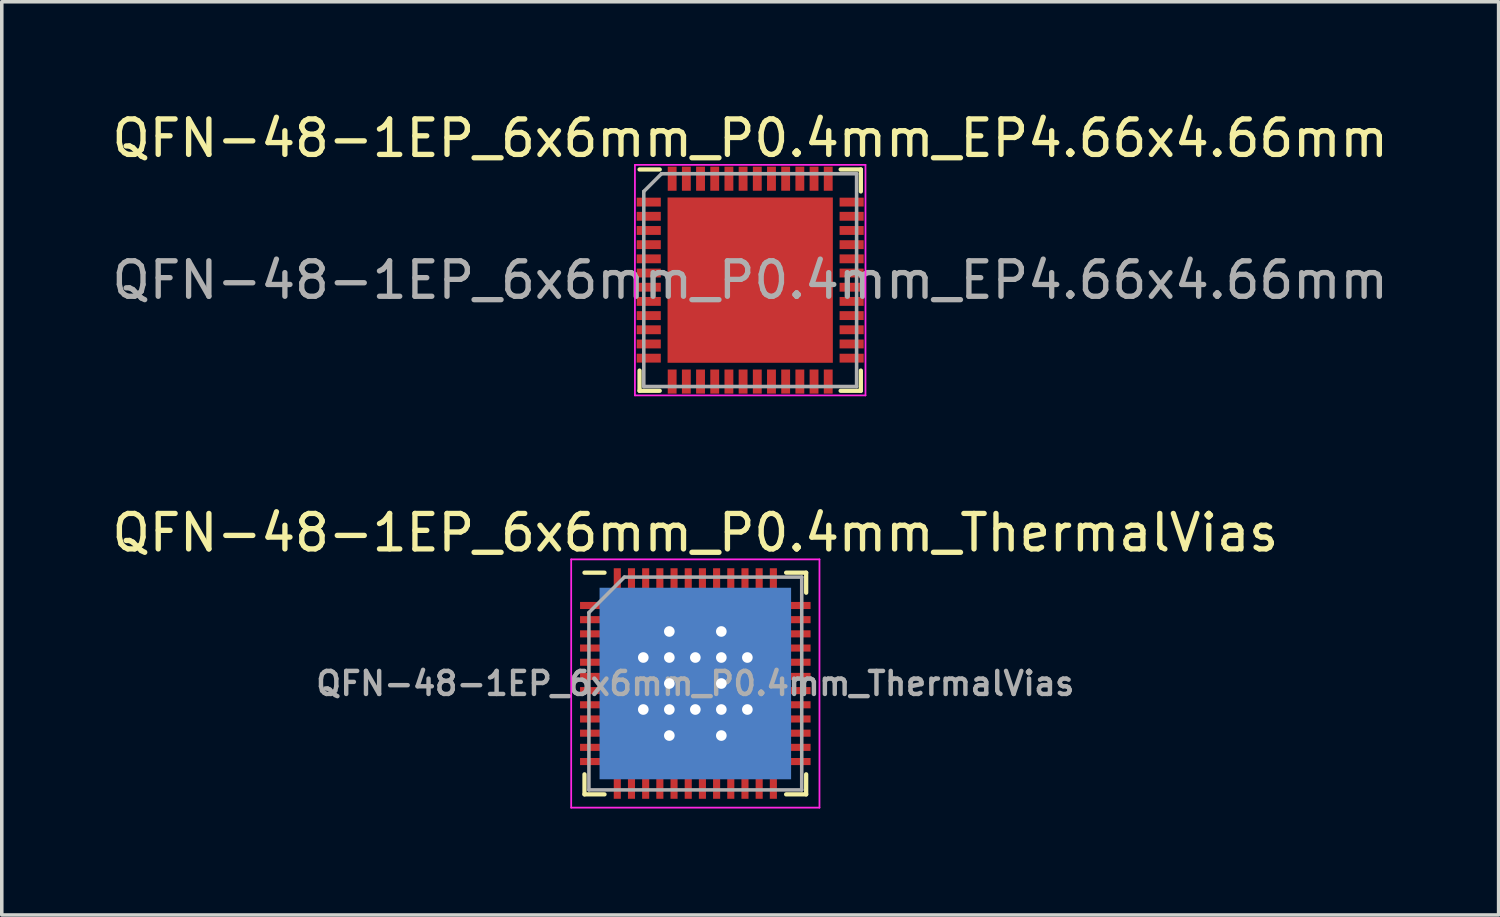
<source format=kicad_pcb>
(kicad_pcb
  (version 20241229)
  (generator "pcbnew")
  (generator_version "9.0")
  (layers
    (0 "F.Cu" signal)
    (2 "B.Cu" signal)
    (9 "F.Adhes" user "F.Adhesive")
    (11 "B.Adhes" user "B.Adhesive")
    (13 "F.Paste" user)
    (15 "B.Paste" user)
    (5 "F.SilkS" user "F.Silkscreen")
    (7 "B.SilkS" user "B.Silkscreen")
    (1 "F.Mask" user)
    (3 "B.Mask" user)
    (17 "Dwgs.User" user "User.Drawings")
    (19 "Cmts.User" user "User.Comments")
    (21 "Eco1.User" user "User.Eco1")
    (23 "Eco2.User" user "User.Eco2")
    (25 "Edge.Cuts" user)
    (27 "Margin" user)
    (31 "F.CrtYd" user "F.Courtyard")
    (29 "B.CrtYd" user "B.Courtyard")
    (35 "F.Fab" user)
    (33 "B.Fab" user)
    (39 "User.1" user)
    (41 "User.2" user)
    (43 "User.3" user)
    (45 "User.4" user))
  (footprint "QFN-48-1EP_6x6mm_P0.4mm_ThermalVias"
    (layer "F.Cu")
    (at 16.554 16.221)
    (property "Reference" "QFN-48-1EP_6x6mm_P0.4mm_ThermalVias" (at 0 -4.25 0) (layer "F.SilkS") (effects (font (size 1 1) (thickness 0.15))))
    (attr smd)
    (fp_line (start -3.125 -3.125) (end -2.56 -3.125) (stroke (width 0.12) (type solid)) (layer "F.SilkS"))
    (fp_line (start -3.125 3.125) (end -3.125 2.56) (stroke (width 0.12) (type solid)) (layer "F.SilkS"))
    (fp_line (start -2.56 3.125) (end -3.125 3.125) (stroke (width 0.12) (type solid)) (layer "F.SilkS"))
    (fp_line (start 2.56 -3.125) (end 3.125 -3.125) (stroke (width 0.12) (type solid)) (layer "F.SilkS"))
    (fp_line (start 2.56 3.125) (end 3.125 3.125) (stroke (width 0.12) (type solid)) (layer "F.SilkS"))
    (fp_line (start 3.125 -3.125) (end 3.125 -2.56) (stroke (width 0.12) (type solid)) (layer "F.SilkS"))
    (fp_line (start 3.125 3.125) (end 3.125 2.56) (stroke (width 0.12) (type solid)) (layer "F.SilkS"))
    (fp_line (start -3.5 -3.5) (end -3.5 3.5) (stroke (width 0.05) (type solid)) (layer "F.CrtYd"))
    (fp_line (start -3.5 3.5) (end 3.5 3.5) (stroke (width 0.05) (type solid)) (layer "F.CrtYd"))
    (fp_line (start 3.5 -3.5) (end -3.5 -3.5) (stroke (width 0.05) (type solid)) (layer "F.CrtYd"))
    (fp_line (start 3.5 3.5) (end 3.5 -3.5) (stroke (width 0.05) (type solid)) (layer "F.CrtYd"))
    (fp_line (start -3 -2) (end -2 -3) (stroke (width 0.1) (type solid)) (layer "F.Fab"))
    (fp_line (start -3 3) (end -3 -2) (stroke (width 0.1) (type solid)) (layer "F.Fab"))
    (fp_line (start -2 -3) (end 3 -3) (stroke (width 0.1) (type solid)) (layer "F.Fab"))
    (fp_line (start 3 -3) (end 3 3) (stroke (width 0.1) (type solid)) (layer "F.Fab"))
    (fp_line (start 3 3) (end -3 3) (stroke (width 0.1) (type solid)) (layer "F.Fab"))
    (fp_text user "${REFERENCE}" (at 0 0 0) (layer "F.Fab") (effects (font (size 0.65 0.65) (thickness 0.125))))
    (pad "" smd rect (at -1.467 -1.467) (size 0.88 0.88) (layers "F.Paste"))
    (pad "" smd rect (at -1.467 0) (size 0.88 0.88) (layers "F.Paste"))
    (pad "" smd rect (at -1.467 1.467) (size 0.88 0.88) (layers "F.Paste"))
    (pad "" smd rect (at 0 -1.467) (size 0.88 0.88) (layers "F.Paste"))
    (pad "" smd rect (at 0 0) (size 0.88 0.88) (layers "F.Paste"))
    (pad "" smd rect (at 0 1.467) (size 0.88 0.88) (layers "F.Paste"))
    (pad "" smd rect (at 1.467 -1.467) (size 0.88 0.88) (layers "F.Paste"))
    (pad "" smd rect (at 1.467 0) (size 0.88 0.88) (layers "F.Paste"))
    (pad "" smd rect (at 1.467 1.467) (size 0.88 0.88) (layers "F.Paste"))
    (pad "1" smd rect (at -2.925 -2.2) (size 0.65 0.2) (layers "F.Cu" "F.Mask" "F.Paste"))
    (pad "2" smd rect (at -2.925 -1.8) (size 0.65 0.2) (layers "F.Cu" "F.Mask" "F.Paste"))
    (pad "3" smd rect (at -2.925 -1.4) (size 0.65 0.2) (layers "F.Cu" "F.Mask" "F.Paste"))
    (pad "4" smd rect (at -2.925 -1) (size 0.65 0.2) (layers "F.Cu" "F.Mask" "F.Paste"))
    (pad "5" smd rect (at -2.925 -0.6) (size 0.65 0.2) (layers "F.Cu" "F.Mask" "F.Paste"))
    (pad "6" smd rect (at -2.925 -0.2) (size 0.65 0.2) (layers "F.Cu" "F.Mask" "F.Paste"))
    (pad "7" smd rect (at -2.925 0.2) (size 0.65 0.2) (layers "F.Cu" "F.Mask" "F.Paste"))
    (pad "8" smd rect (at -2.925 0.6) (size 0.65 0.2) (layers "F.Cu" "F.Mask" "F.Paste"))
    (pad "9" smd rect (at -2.925 1) (size 0.65 0.2) (layers "F.Cu" "F.Mask" "F.Paste"))
    (pad "10" smd rect (at -2.925 1.4) (size 0.65 0.2) (layers "F.Cu" "F.Mask" "F.Paste"))
    (pad "11" smd rect (at -2.925 1.8) (size 0.65 0.2) (layers "F.Cu" "F.Mask" "F.Paste"))
    (pad "12" smd rect (at -2.925 2.2) (size 0.65 0.2) (layers "F.Cu" "F.Mask" "F.Paste"))
    (pad "13" smd rect (at -2.2 2.925 90) (size 0.65 0.2) (layers "F.Cu" "F.Mask" "F.Paste"))
    (pad "14" smd rect (at -1.8 2.925 90) (size 0.65 0.2) (layers "F.Cu" "F.Mask" "F.Paste"))
    (pad "15" smd rect (at -1.4 2.925 90) (size 0.65 0.2) (layers "F.Cu" "F.Mask" "F.Paste"))
    (pad "16" smd rect (at -1 2.925 90) (size 0.65 0.2) (layers "F.Cu" "F.Mask" "F.Paste"))
    (pad "17" smd rect (at -0.6 2.925 90) (size 0.65 0.2) (layers "F.Cu" "F.Mask" "F.Paste"))
    (pad "18" smd rect (at -0.2 2.925 90) (size 0.65 0.2) (layers "F.Cu" "F.Mask" "F.Paste"))
    (pad "19" smd rect (at 0.2 2.925 90) (size 0.65 0.2) (layers "F.Cu" "F.Mask" "F.Paste"))
    (pad "20" smd rect (at 0.6 2.925 90) (size 0.65 0.2) (layers "F.Cu" "F.Mask" "F.Paste"))
    (pad "21" smd rect (at 1 2.925 90) (size 0.65 0.2) (layers "F.Cu" "F.Mask" "F.Paste"))
    (pad "22" smd rect (at 1.4 2.925 90) (size 0.65 0.2) (layers "F.Cu" "F.Mask" "F.Paste"))
    (pad "23" smd rect (at 1.8 2.925 90) (size 0.65 0.2) (layers "F.Cu" "F.Mask" "F.Paste"))
    (pad "24" smd rect (at 2.2 2.925 90) (size 0.65 0.2) (layers "F.Cu" "F.Mask" "F.Paste"))
    (pad "25" smd rect (at 2.925 2.2) (size 0.65 0.2) (layers "F.Cu" "F.Mask" "F.Paste"))
    (pad "26" smd rect (at 2.925 1.8) (size 0.65 0.2) (layers "F.Cu" "F.Mask" "F.Paste"))
    (pad "27" smd rect (at 2.925 1.4) (size 0.65 0.2) (layers "F.Cu" "F.Mask" "F.Paste"))
    (pad "28" smd rect (at 2.925 1) (size 0.65 0.2) (layers "F.Cu" "F.Mask" "F.Paste"))
    (pad "29" smd rect (at 2.925 0.6) (size 0.65 0.2) (layers "F.Cu" "F.Mask" "F.Paste"))
    (pad "30" smd rect (at 2.925 0.2) (size 0.65 0.2) (layers "F.Cu" "F.Mask" "F.Paste"))
    (pad "31" smd rect (at 2.925 -0.2) (size 0.65 0.2) (layers "F.Cu" "F.Mask" "F.Paste"))
    (pad "32" smd rect (at 2.925 -0.6) (size 0.65 0.2) (layers "F.Cu" "F.Mask" "F.Paste"))
    (pad "33" smd rect (at 2.925 -1) (size 0.65 0.2) (layers "F.Cu" "F.Mask" "F.Paste"))
    (pad "34" smd rect (at 2.925 -1.4) (size 0.65 0.2) (layers "F.Cu" "F.Mask" "F.Paste"))
    (pad "35" smd rect (at 2.925 -1.8) (size 0.65 0.2) (layers "F.Cu" "F.Mask" "F.Paste"))
    (pad "36" smd rect (at 2.925 -2.2) (size 0.65 0.2) (layers "F.Cu" "F.Mask" "F.Paste"))
    (pad "37" smd rect (at 2.2 -2.925 90) (size 0.65 0.2) (layers "F.Cu" "F.Mask" "F.Paste"))
    (pad "38" smd rect (at 1.8 -2.925 90) (size 0.65 0.2) (layers "F.Cu" "F.Mask" "F.Paste"))
    (pad "39" smd rect (at 1.4 -2.925 90) (size 0.65 0.2) (layers "F.Cu" "F.Mask" "F.Paste"))
    (pad "40" smd rect (at 1 -2.925 90) (size 0.65 0.2) (layers "F.Cu" "F.Mask" "F.Paste"))
    (pad "41" smd rect (at 0.6 -2.925 90) (size 0.65 0.2) (layers "F.Cu" "F.Mask" "F.Paste"))
    (pad "42" smd rect (at 0.2 -2.925 90) (size 0.65 0.2) (layers "F.Cu" "F.Mask" "F.Paste"))
    (pad "43" smd rect (at -0.2 -2.925 90) (size 0.65 0.2) (layers "F.Cu" "F.Mask" "F.Paste"))
    (pad "44" smd rect (at -0.6 -2.925 90) (size 0.65 0.2) (layers "F.Cu" "F.Mask" "F.Paste"))
    (pad "45" smd rect (at -1 -2.925 90) (size 0.65 0.2) (layers "F.Cu" "F.Mask" "F.Paste"))
    (pad "46" smd rect (at -1.4 -2.925 90) (size 0.65 0.2) (layers "F.Cu" "F.Mask" "F.Paste"))
    (pad "47" smd rect (at -1.8 -2.925 90) (size 0.65 0.2) (layers "F.Cu" "F.Mask" "F.Paste"))
    (pad "48" smd rect (at -2.2 -2.925 90) (size 0.65 0.2) (layers "F.Cu" "F.Mask" "F.Paste"))
    (pad "49" thru_hole circle (at -1.467 -0.733) (size 0.6 0.6) (drill 0.3) (layers "*.Cu"))
    (pad "49" thru_hole circle (at -1.467 0.733) (size 0.6 0.6) (drill 0.3) (layers "*.Cu"))
    (pad "49" thru_hole circle (at -0.733 -1.467) (size 0.6 0.6) (drill 0.3) (layers "*.Cu"))
    (pad "49" thru_hole circle (at -0.733 -0.733) (size 0.6 0.6) (drill 0.3) (layers "*.Cu"))
    (pad "49" thru_hole circle (at -0.733 0) (size 0.6 0.6) (drill 0.3) (layers "*.Cu"))
    (pad "49" thru_hole circle (at -0.733 0.733) (size 0.6 0.6) (drill 0.3) (layers "*.Cu"))
    (pad "49" thru_hole circle (at -0.733 1.467) (size 0.6 0.6) (drill 0.3) (layers "*.Cu"))
    (pad "49" thru_hole circle (at 0 -0.733) (size 0.6 0.6) (drill 0.3) (layers "*.Cu"))
    (pad "49" smd rect (at 0 0) (size 4.4 4.4) (layers "F.Cu" "F.Mask"))
    (pad "49" smd rect (at 0 0) (size 5.4 5.4) (layers "B.Cu"))
    (pad "49" thru_hole circle (at 0 0.733) (size 0.6 0.6) (drill 0.3) (layers "*.Cu"))
    (pad "49" thru_hole circle (at 0.733 -1.467) (size 0.6 0.6) (drill 0.3) (layers "*.Cu"))
    (pad "49" thru_hole circle (at 0.733 -0.733) (size 0.6 0.6) (drill 0.3) (layers "*.Cu"))
    (pad "49" thru_hole circle (at 0.733 0) (size 0.6 0.6) (drill 0.3) (layers "*.Cu"))
    (pad "49" thru_hole circle (at 0.733 0.733) (size 0.6 0.6) (drill 0.3) (layers "*.Cu"))
    (pad "49" thru_hole circle (at 0.733 1.467) (size 0.6 0.6) (drill 0.3) (layers "*.Cu"))
    (pad "49" thru_hole circle (at 1.467 -0.733) (size 0.6 0.6) (drill 0.3) (layers "*.Cu"))
    (pad "49" thru_hole circle (at 1.467 0.733) (size 0.6 0.6) (drill 0.3) (layers "*.Cu")))
  (footprint "QFN-48-1EP_6x6mm_P0.4mm_EP4.66x4.66mm"
    (layer "F.Cu")
    (at 18.101 4.848)
    (property "Reference" "QFN-48-1EP_6x6mm_P0.4mm_EP4.66x4.66mm" (at 0 -4 0) (layer "F.SilkS") (effects (font (size 1 1) (thickness 0.15))))
    (attr smd)
    (fp_line (start -3.12 -3.12) (end -2.55 -3.12) (stroke (width 0.12) (type solid)) (layer "F.SilkS"))
    (fp_line (start -3.12 3.12) (end -3.12 2.55) (stroke (width 0.12) (type solid)) (layer "F.SilkS"))
    (fp_line (start -2.55 3.12) (end -3.12 3.12) (stroke (width 0.12) (type solid)) (layer "F.SilkS"))
    (fp_line (start 2.55 -3.12) (end 3.12 -3.12) (stroke (width 0.12) (type solid)) (layer "F.SilkS"))
    (fp_line (start 2.55 3.12) (end 3.12 3.12) (stroke (width 0.12) (type solid)) (layer "F.SilkS"))
    (fp_line (start 3.12 -2.5) (end 3.12 -3.12) (stroke (width 0.12) (type solid)) (layer "F.SilkS"))
    (fp_line (start 3.12 3.12) (end 3.12 2.55) (stroke (width 0.12) (type solid)) (layer "F.SilkS"))
    (fp_line (start -3.25 -3.25) (end -3.25 3.25) (stroke (width 0.05) (type solid)) (layer "F.CrtYd"))
    (fp_line (start -3.25 3.25) (end 3.25 3.25) (stroke (width 0.05) (type solid)) (layer "F.CrtYd"))
    (fp_line (start 3.25 -3.25) (end -3.25 -3.25) (stroke (width 0.05) (type solid)) (layer "F.CrtYd"))
    (fp_line (start 3.25 3.25) (end 3.25 -3.25) (stroke (width 0.05) (type solid)) (layer "F.CrtYd"))
    (fp_line (start -3 3) (end -3 -2.5) (stroke (width 0.1) (type solid)) (layer "F.Fab"))
    (fp_line (start -2.5 -3) (end -3 -2.5) (stroke (width 0.1) (type solid)) (layer "F.Fab"))
    (fp_line (start 3 -3) (end -2.5 -3) (stroke (width 0.1) (type solid)) (layer "F.Fab"))
    (fp_line (start 3 -3) (end 3 3) (stroke (width 0.1) (type solid)) (layer "F.Fab"))
    (fp_line (start 3 3) (end -3 3) (stroke (width 0.1) (type solid)) (layer "F.Fab"))
    (fp_text user "${REFERENCE}" (at 0 0 0) (layer "F.Fab") (effects (font (size 1 1) (thickness 0.15))))
    (pad "" smd rect (at -1.725 -1.725) (size 0.9 0.9) (layers "F.Paste"))
    (pad "" smd rect (at -1.725 -0.575) (size 0.9 0.9) (layers "F.Paste"))
    (pad "" smd rect (at -1.725 0.575) (size 0.9 0.9) (layers "F.Paste"))
    (pad "" smd rect (at -1.725 1.725) (size 0.9 0.9) (layers "F.Paste"))
    (pad "" smd rect (at -0.575 -1.725) (size 0.9 0.9) (layers "F.Paste"))
    (pad "" smd rect (at -0.575 -0.575) (size 0.9 0.9) (layers "F.Paste"))
    (pad "" smd rect (at -0.575 0.575) (size 0.9 0.9) (layers "F.Paste"))
    (pad "" smd rect (at -0.575 1.725) (size 0.9 0.9) (layers "F.Paste"))
    (pad "" smd rect (at 0.575 -1.725) (size 0.9 0.9) (layers "F.Paste"))
    (pad "" smd rect (at 0.575 -0.575) (size 0.9 0.9) (layers "F.Paste"))
    (pad "" smd rect (at 0.575 0.575) (size 0.9 0.9) (layers "F.Paste"))
    (pad "" smd rect (at 0.575 1.725) (size 0.9 0.9) (layers "F.Paste"))
    (pad "" smd rect (at 1.725 -1.725) (size 0.9 0.9) (layers "F.Paste"))
    (pad "" smd rect (at 1.725 -0.575) (size 0.9 0.9) (layers "F.Paste"))
    (pad "" smd rect (at 1.725 0.575) (size 0.9 0.9) (layers "F.Paste"))
    (pad "" smd rect (at 1.725 1.725) (size 0.9 0.9) (layers "F.Paste"))
    (pad "1" smd rect (at -2.86 -2.2) (size 0.68 0.25) (layers "F.Cu" "F.Mask" "F.Paste"))
    (pad "2" smd rect (at -2.86 -1.8) (size 0.68 0.25) (layers "F.Cu" "F.Mask" "F.Paste"))
    (pad "3" smd rect (at -2.86 -1.4) (size 0.68 0.25) (layers "F.Cu" "F.Mask" "F.Paste"))
    (pad "4" smd rect (at -2.86 -1) (size 0.68 0.25) (layers "F.Cu" "F.Mask" "F.Paste"))
    (pad "5" smd rect (at -2.86 -0.6) (size 0.68 0.25) (layers "F.Cu" "F.Mask" "F.Paste"))
    (pad "6" smd rect (at -2.86 -0.2) (size 0.68 0.25) (layers "F.Cu" "F.Mask" "F.Paste"))
    (pad "7" smd rect (at -2.86 0.2) (size 0.68 0.25) (layers "F.Cu" "F.Mask" "F.Paste"))
    (pad "8" smd rect (at -2.86 0.6) (size 0.68 0.25) (layers "F.Cu" "F.Mask" "F.Paste"))
    (pad "9" smd rect (at -2.86 1) (size 0.68 0.25) (layers "F.Cu" "F.Mask" "F.Paste"))
    (pad "10" smd rect (at -2.86 1.4) (size 0.68 0.25) (layers "F.Cu" "F.Mask" "F.Paste"))
    (pad "11" smd rect (at -2.86 1.8) (size 0.68 0.25) (layers "F.Cu" "F.Mask" "F.Paste"))
    (pad "12" smd rect (at -2.86 2.2) (size 0.68 0.25) (layers "F.Cu" "F.Mask" "F.Paste"))
    (pad "13" smd rect (at -2.2 2.86) (size 0.25 0.68) (layers "F.Cu" "F.Mask" "F.Paste"))
    (pad "14" smd rect (at -1.8 2.86) (size 0.25 0.68) (layers "F.Cu" "F.Mask" "F.Paste"))
    (pad "15" smd rect (at -1.4 2.86) (size 0.25 0.68) (layers "F.Cu" "F.Mask" "F.Paste"))
    (pad "16" smd rect (at -1 2.86) (size 0.25 0.68) (layers "F.Cu" "F.Mask" "F.Paste"))
    (pad "17" smd rect (at -0.6 2.86) (size 0.25 0.68) (layers "F.Cu" "F.Mask" "F.Paste"))
    (pad "18" smd rect (at -0.2 2.86) (size 0.25 0.68) (layers "F.Cu" "F.Mask" "F.Paste"))
    (pad "19" smd rect (at 0.2 2.86) (size 0.25 0.68) (layers "F.Cu" "F.Mask" "F.Paste"))
    (pad "20" smd rect (at 0.6 2.86) (size 0.25 0.68) (layers "F.Cu" "F.Mask" "F.Paste"))
    (pad "21" smd rect (at 1 2.86) (size 0.25 0.68) (layers "F.Cu" "F.Mask" "F.Paste"))
    (pad "22" smd rect (at 1.4 2.86) (size 0.25 0.68) (layers "F.Cu" "F.Mask" "F.Paste"))
    (pad "23" smd rect (at 1.8 2.86) (size 0.25 0.68) (layers "F.Cu" "F.Mask" "F.Paste"))
    (pad "24" smd rect (at 2.2 2.86) (size 0.25 0.68) (layers "F.Cu" "F.Mask" "F.Paste"))
    (pad "25" smd rect (at 2.86 2.2) (size 0.68 0.25) (layers "F.Cu" "F.Mask" "F.Paste"))
    (pad "26" smd rect (at 2.86 1.8) (size 0.68 0.25) (layers "F.Cu" "F.Mask" "F.Paste"))
    (pad "27" smd rect (at 2.86 1.4) (size 0.68 0.25) (layers "F.Cu" "F.Mask" "F.Paste"))
    (pad "28" smd rect (at 2.86 1) (size 0.68 0.25) (layers "F.Cu" "F.Mask" "F.Paste"))
    (pad "29" smd rect (at 2.86 0.6) (size 0.68 0.25) (layers "F.Cu" "F.Mask" "F.Paste"))
    (pad "30" smd rect (at 2.86 0.2) (size 0.68 0.25) (layers "F.Cu" "F.Mask" "F.Paste"))
    (pad "31" smd rect (at 2.86 -0.2) (size 0.68 0.25) (layers "F.Cu" "F.Mask" "F.Paste"))
    (pad "32" smd rect (at 2.86 -0.6) (size 0.68 0.25) (layers "F.Cu" "F.Mask" "F.Paste"))
    (pad "33" smd rect (at 2.86 -1) (size 0.68 0.25) (layers "F.Cu" "F.Mask" "F.Paste"))
    (pad "34" smd rect (at 2.86 -1.4) (size 0.68 0.25) (layers "F.Cu" "F.Mask" "F.Paste"))
    (pad "35" smd rect (at 2.86 -1.8) (size 0.68 0.25) (layers "F.Cu" "F.Mask" "F.Paste"))
    (pad "36" smd rect (at 2.86 -2.2) (size 0.68 0.25) (layers "F.Cu" "F.Mask" "F.Paste"))
    (pad "37" smd rect (at 2.2 -2.86) (size 0.25 0.68) (layers "F.Cu" "F.Mask" "F.Paste"))
    (pad "38" smd rect (at 1.8 -2.86) (size 0.25 0.68) (layers "F.Cu" "F.Mask" "F.Paste"))
    (pad "39" smd rect (at 1.4 -2.86) (size 0.25 0.68) (layers "F.Cu" "F.Mask" "F.Paste"))
    (pad "40" smd rect (at 1 -2.86) (size 0.25 0.68) (layers "F.Cu" "F.Mask" "F.Paste"))
    (pad "41" smd rect (at 0.6 -2.86) (size 0.25 0.68) (layers "F.Cu" "F.Mask" "F.Paste"))
    (pad "42" smd rect (at 0.2 -2.86) (size 0.25 0.68) (layers "F.Cu" "F.Mask" "F.Paste"))
    (pad "43" smd rect (at -0.2 -2.86) (size 0.25 0.68) (layers "F.Cu" "F.Mask" "F.Paste"))
    (pad "44" smd rect (at -0.6 -2.86) (size 0.25 0.68) (layers "F.Cu" "F.Mask" "F.Paste"))
    (pad "45" smd rect (at -1 -2.86) (size 0.25 0.68) (layers "F.Cu" "F.Mask" "F.Paste"))
    (pad "46" smd rect (at -1.4 -2.86) (size 0.25 0.68) (layers "F.Cu" "F.Mask" "F.Paste"))
    (pad "47" smd rect (at -1.8 -2.86) (size 0.25 0.68) (layers "F.Cu" "F.Mask" "F.Paste"))
    (pad "48" smd rect (at -2.2 -2.86) (size 0.25 0.68) (layers "F.Cu" "F.Mask" "F.Paste"))
    (pad "49" smd rect (at 0 0) (size 4.66 4.66) (layers "F.Cu" "F.Mask")))
  (gr_rect
    (start -3 -3)
    (end 39.202 22.747)
    (stroke (width 0.1) (type default))
    (fill no)
    (layer "Edge.Cuts")))
</source>
